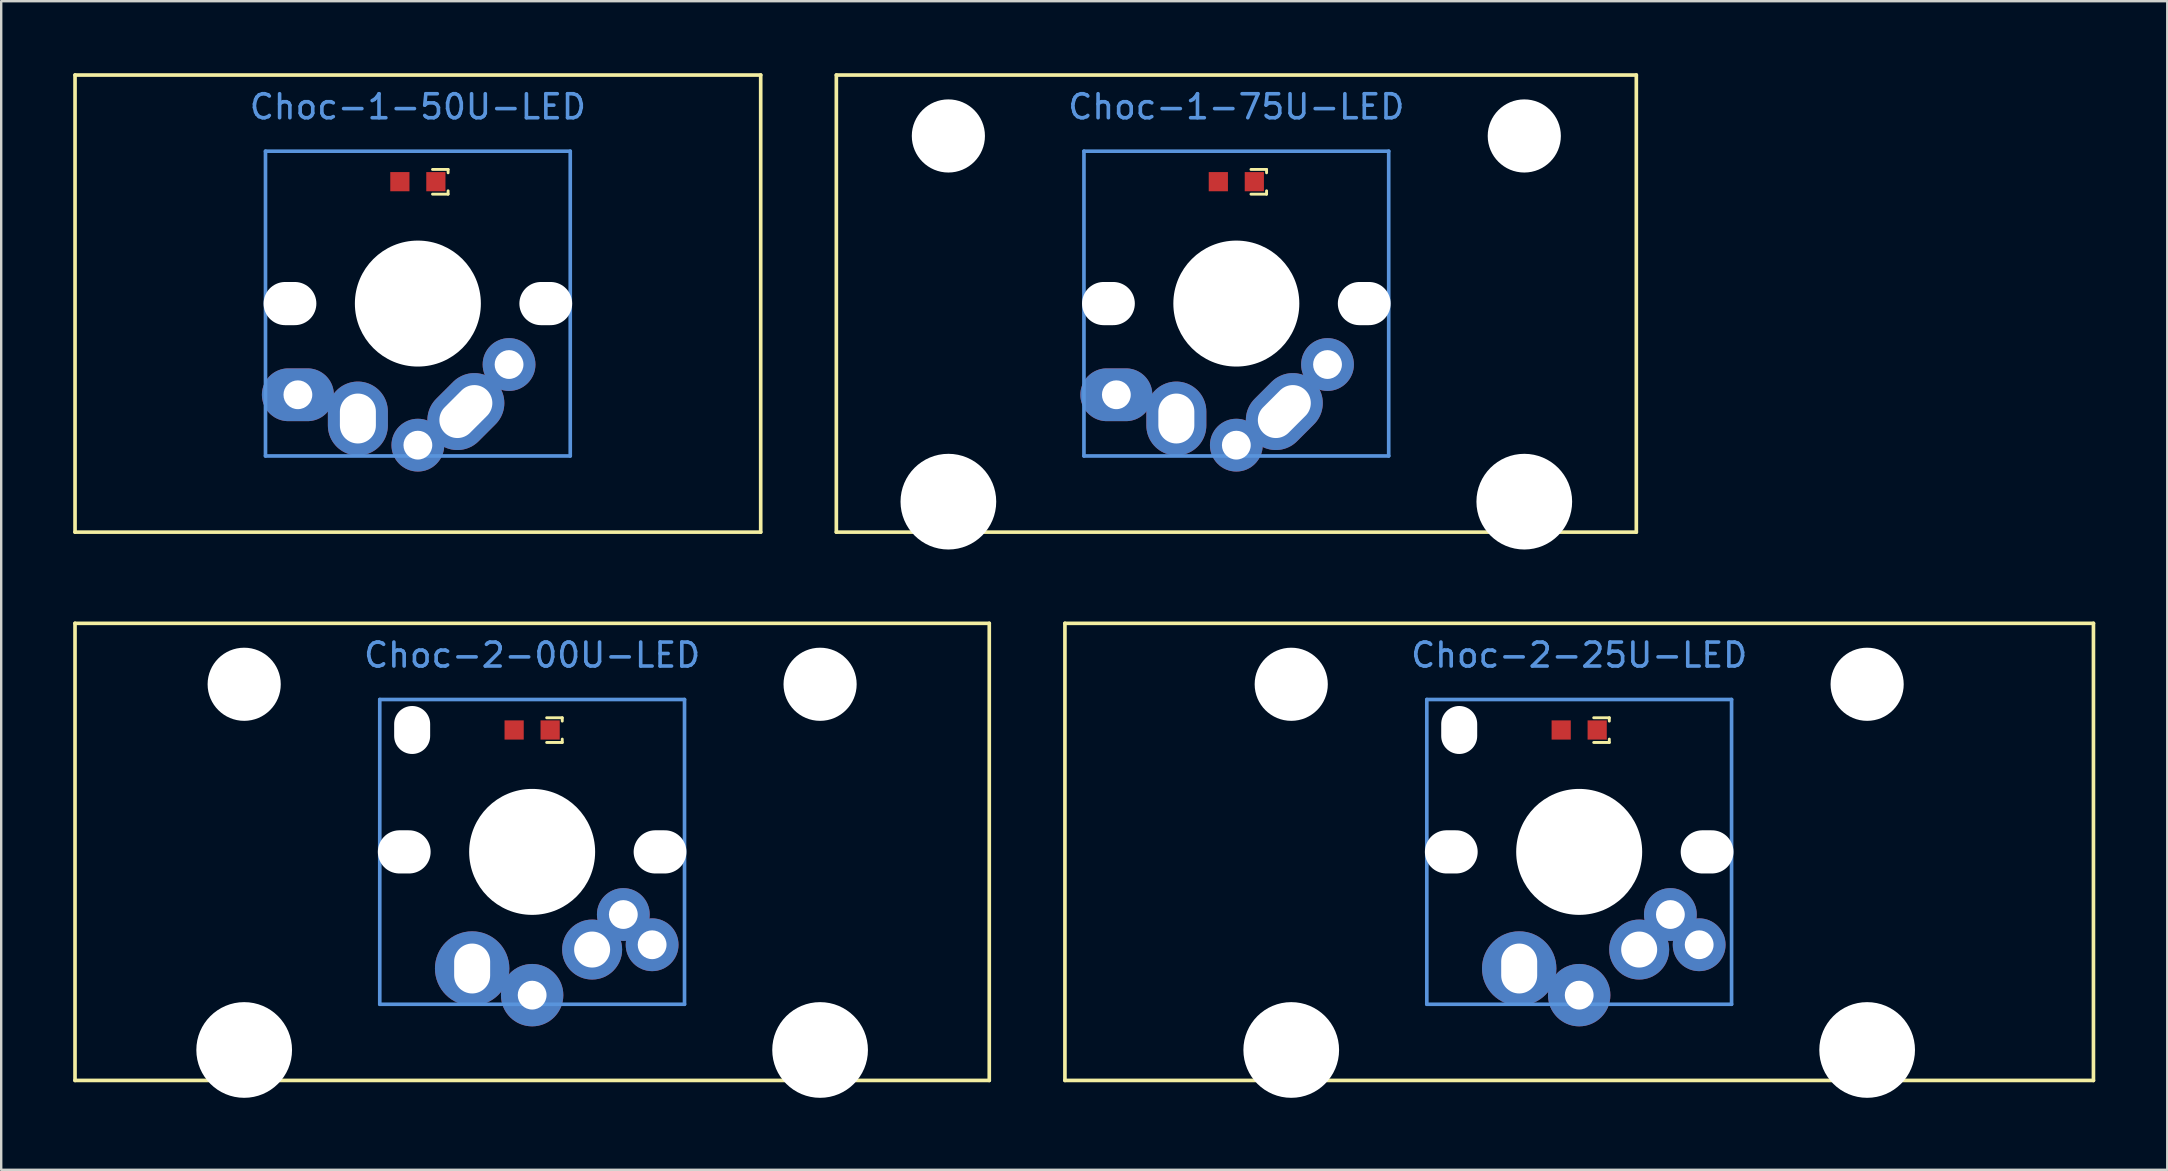
<source format=kicad_pcb>
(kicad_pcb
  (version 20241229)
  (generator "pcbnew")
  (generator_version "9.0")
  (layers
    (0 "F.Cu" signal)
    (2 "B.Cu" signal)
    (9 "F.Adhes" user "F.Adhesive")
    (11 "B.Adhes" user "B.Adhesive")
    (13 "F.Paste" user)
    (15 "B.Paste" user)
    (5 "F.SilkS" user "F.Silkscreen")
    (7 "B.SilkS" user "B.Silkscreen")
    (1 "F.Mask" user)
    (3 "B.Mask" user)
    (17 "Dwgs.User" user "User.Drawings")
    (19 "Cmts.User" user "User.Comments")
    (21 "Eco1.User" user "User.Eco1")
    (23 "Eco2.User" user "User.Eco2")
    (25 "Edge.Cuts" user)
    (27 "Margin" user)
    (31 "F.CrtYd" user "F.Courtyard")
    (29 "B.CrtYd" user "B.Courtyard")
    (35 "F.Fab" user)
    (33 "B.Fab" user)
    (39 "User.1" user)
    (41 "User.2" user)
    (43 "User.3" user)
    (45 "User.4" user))
  (footprint "Choc-1-75U-LED"
    (layer "F.Cu")
    (at 48.472 4.521)
    (property "Reference" "Choc-1-75U-LED" (at 0 -3.12 0) (layer "Cmts.User") (effects (font (size 1 1) (thickness 0.15))))
    (fp_line (start -16.669 -4.445) (end 16.669 -4.445) (stroke (width 0.152) (type solid)) (layer "F.SilkS"))
    (fp_line (start -16.669 14.605) (end -16.669 -4.445) (stroke (width 0.152) (type solid)) (layer "F.SilkS"))
    (fp_line (start 0.61 -0.51) (end 1.26 -0.51) (stroke (width 0.12) (type solid)) (layer "F.SilkS"))
    (fp_line (start 0.61 0.52) (end 1.26 0.52) (stroke (width 0.12) (type solid)) (layer "F.SilkS"))
    (fp_line (start 1.26 -0.51) (end 1.26 -0.37) (stroke (width 0.12) (type solid)) (layer "F.SilkS"))
    (fp_line (start 1.26 0.52) (end 1.26 0.38) (stroke (width 0.12) (type solid)) (layer "F.SilkS"))
    (fp_line (start 16.669 -4.445) (end 16.669 14.605) (stroke (width 0.152) (type solid)) (layer "F.SilkS"))
    (fp_line (start 16.669 14.605) (end -16.669 14.605) (stroke (width 0.152) (type solid)) (layer "F.SilkS"))
    (fp_line (start -6.35 -1.27) (end 6.35 -1.27) (stroke (width 0.152) (type solid)) (layer "Cmts.User"))
    (fp_line (start -6.35 11.43) (end -6.35 -1.27) (stroke (width 0.152) (type solid)) (layer "Cmts.User"))
    (fp_line (start 6.35 -1.27) (end 6.35 11.43) (stroke (width 0.152) (type solid)) (layer "Cmts.User"))
    (fp_line (start 6.35 11.43) (end -6.35 11.43) (stroke (width 0.152) (type solid)) (layer "Cmts.User"))
    (pad "" np_thru_hole circle (at -12 -1.905 180) (size 3.048 3.048) (drill 3.048) (layers "*.Cu" "*.Mask"))
    (pad "" np_thru_hole circle (at -12 13.335 180) (size 3.988 3.988) (drill 3.988) (layers "*.Cu" "*.Mask"))
    (pad "" np_thru_hole oval (at -5.33 5.08 270) (size 1.8 2.2) (drill oval 1.8 2.2) (layers "*.Cu" "*.Mask"))
    (pad "" np_thru_hole circle (at 0 5.08 180) (size 5.25 5.25) (drill 5.25) (layers "*.Cu" "*.Mask"))
    (pad "" np_thru_hole oval (at 5.33 5.08 270) (size 1.8 2.2) (drill oval 1.8 2.2) (layers "*.Cu" "*.Mask"))
    (pad "" np_thru_hole circle (at 12 -1.905 180) (size 3.048 3.048) (drill 3.048) (layers "*.Cu" "*.Mask"))
    (pad "" np_thru_hole circle (at 12 13.335 180) (size 3.988 3.988) (drill 3.988) (layers "*.Cu" "*.Mask"))
    (pad "1" thru_hole oval (at -5 8.88) (size 3 2.2) (drill 1.2) (layers "*.Cu" "*.Mask"))
    (pad "1" thru_hole oval (at -2.5 9.87) (size 2.5 3.08) (drill oval 1.5 2.08) (layers "*.Cu" "*.Mask"))
    (pad "2" thru_hole circle (at 0 10.98 90) (size 2.2 2.2) (drill 1.2) (layers "*.Cu" "*.Mask"))
    (pad "2" thru_hole oval (at 2 9.58 45) (size 3.5 2.5) (drill oval 2.5 1.5) (layers "*.Cu" "*.Mask"))
    (pad "2" thru_hole circle (at 3.8 7.62 225) (size 2.2 2.2) (drill 1.2) (layers "*.Cu" "*.Mask"))
    (pad "3" smd rect (at 0.75 0 90) (size 0.8 0.8) (layers "F.Cu" "F.Mask" "F.Paste"))
    (pad "4" smd rect (at -0.75 0 90) (size 0.8 0.8) (layers "F.Cu" "F.Mask" "F.Paste")))
  (footprint "Choc-1-50U-LED"
    (layer "F.Cu")
    (at 14.364 4.521)
    (property "Reference" "Choc-1-50U-LED" (at 0 -3.12 0) (layer "Cmts.User") (effects (font (size 1 1) (thickness 0.15))))
    (fp_line (start -14.287 -4.445) (end 14.287 -4.445) (stroke (width 0.152) (type solid)) (layer "F.SilkS"))
    (fp_line (start -14.287 14.605) (end -14.287 -4.445) (stroke (width 0.152) (type solid)) (layer "F.SilkS"))
    (fp_line (start 0.61 -0.51) (end 1.26 -0.51) (stroke (width 0.12) (type solid)) (layer "F.SilkS"))
    (fp_line (start 0.61 0.52) (end 1.26 0.52) (stroke (width 0.12) (type solid)) (layer "F.SilkS"))
    (fp_line (start 1.26 -0.51) (end 1.26 -0.37) (stroke (width 0.12) (type solid)) (layer "F.SilkS"))
    (fp_line (start 1.26 0.52) (end 1.26 0.38) (stroke (width 0.12) (type solid)) (layer "F.SilkS"))
    (fp_line (start 14.287 -4.445) (end 14.287 14.605) (stroke (width 0.152) (type solid)) (layer "F.SilkS"))
    (fp_line (start 14.287 14.605) (end -14.287 14.605) (stroke (width 0.152) (type solid)) (layer "F.SilkS"))
    (fp_line (start -6.35 -1.27) (end 6.35 -1.27) (stroke (width 0.152) (type solid)) (layer "Cmts.User"))
    (fp_line (start -6.35 11.43) (end -6.35 -1.27) (stroke (width 0.152) (type solid)) (layer "Cmts.User"))
    (fp_line (start 6.35 -1.27) (end 6.35 11.43) (stroke (width 0.152) (type solid)) (layer "Cmts.User"))
    (fp_line (start 6.35 11.43) (end -6.35 11.43) (stroke (width 0.152) (type solid)) (layer "Cmts.User"))
    (pad "" np_thru_hole oval (at -5.33 5.08 270) (size 1.8 2.2) (drill oval 1.8 2.2) (layers "*.Cu" "*.Mask"))
    (pad "" np_thru_hole circle (at 0 5.08 180) (size 5.25 5.25) (drill 5.25) (layers "*.Cu" "*.Mask"))
    (pad "" np_thru_hole oval (at 5.33 5.08 270) (size 1.8 2.2) (drill oval 1.8 2.2) (layers "*.Cu" "*.Mask"))
    (pad "1" thru_hole oval (at -5 8.88) (size 3 2.2) (drill 1.2) (layers "*.Cu" "*.Mask"))
    (pad "1" thru_hole oval (at -2.5 9.87) (size 2.5 3.08) (drill oval 1.5 2.08) (layers "*.Cu" "*.Mask"))
    (pad "2" thru_hole circle (at 0 10.98 90) (size 2.2 2.2) (drill 1.2) (layers "*.Cu" "*.Mask"))
    (pad "2" thru_hole oval (at 2 9.58 45) (size 3.5 2.5) (drill oval 2.5 1.5) (layers "*.Cu" "*.Mask"))
    (pad "2" thru_hole circle (at 3.8 7.62 225) (size 2.2 2.2) (drill 1.2) (layers "*.Cu" "*.Mask"))
    (pad "3" smd rect (at 0.75 0 90) (size 0.8 0.8) (layers "F.Cu" "F.Mask" "F.Paste"))
    (pad "4" smd rect (at -0.75 0 90) (size 0.8 0.8) (layers "F.Cu" "F.Mask" "F.Paste")))
  (footprint "Choc-2-25U-LED"
    (layer "F.Cu")
    (at 62.76 27.371)
    (property "Reference" "Choc-2-25U-LED" (at 0 -3.12 0) (layer "Cmts.User") (effects (font (size 1 1) (thickness 0.15))))
    (fp_line (start -21.431 -4.445) (end 21.431 -4.445) (stroke (width 0.152) (type solid)) (layer "F.SilkS"))
    (fp_line (start -21.431 14.605) (end -21.431 -4.445) (stroke (width 0.152) (type solid)) (layer "F.SilkS"))
    (fp_line (start 0.605 -0.51) (end 1.255 -0.51) (stroke (width 0.12) (type solid)) (layer "F.SilkS"))
    (fp_line (start 0.605 0.52) (end 1.255 0.52) (stroke (width 0.12) (type solid)) (layer "F.SilkS"))
    (fp_line (start 1.255 -0.51) (end 1.255 -0.37) (stroke (width 0.12) (type solid)) (layer "F.SilkS"))
    (fp_line (start 1.255 0.52) (end 1.255 0.38) (stroke (width 0.12) (type solid)) (layer "F.SilkS"))
    (fp_line (start 21.431 -4.445) (end 21.431 14.605) (stroke (width 0.152) (type solid)) (layer "F.SilkS"))
    (fp_line (start 21.431 14.605) (end -21.431 14.605) (stroke (width 0.152) (type solid)) (layer "F.SilkS"))
    (fp_line (start -6.35 -1.27) (end 6.35 -1.27) (stroke (width 0.152) (type solid)) (layer "Cmts.User"))
    (fp_line (start -6.35 11.43) (end -6.35 -1.27) (stroke (width 0.152) (type solid)) (layer "Cmts.User"))
    (fp_line (start 6.35 -1.27) (end 6.35 11.43) (stroke (width 0.152) (type solid)) (layer "Cmts.User"))
    (fp_line (start 6.35 11.43) (end -6.35 11.43) (stroke (width 0.152) (type solid)) (layer "Cmts.User"))
    (pad "" np_thru_hole circle (at -12 -1.905 180) (size 3.048 3.048) (drill 3.048) (layers "*.Cu" "*.Mask"))
    (pad "" np_thru_hole circle (at -12 13.335 180) (size 3.988 3.988) (drill 3.988) (layers "*.Cu" "*.Mask"))
    (pad "" np_thru_hole oval (at -5.33 5.08 270) (size 1.8 2.2) (drill oval 1.8 2.2) (layers "*.Cu" "*.Mask"))
    (pad "" np_thru_hole oval (at -5 0 270) (size 2 1.5) (drill oval 2 1.5) (layers "*.Cu" "*.Mask"))
    (pad "" np_thru_hole circle (at 0 5.08 180) (size 5.25 5.25) (drill 5.25) (layers "*.Cu" "*.Mask"))
    (pad "" np_thru_hole oval (at 5.33 5.08 270) (size 1.8 2.2) (drill oval 1.8 2.2) (layers "*.Cu" "*.Mask"))
    (pad "" np_thru_hole circle (at 12 -1.905 180) (size 3.048 3.048) (drill 3.048) (layers "*.Cu" "*.Mask"))
    (pad "" np_thru_hole circle (at 12 13.335 180) (size 3.988 3.988) (drill 3.988) (layers "*.Cu" "*.Mask"))
    (pad "1" thru_hole circle (at -2.5 9.94) (size 3.1 3.1) (drill oval 1.5 2.08) (layers "*.Cu" "*.Mask"))
    (pad "1" thru_hole circle (at 0 11.05 90) (size 2.6 2.6) (drill 1.2) (layers "*.Cu" "*.Mask"))
    (pad "2" thru_hole circle (at 2.5 9.15 90) (size 2.5 2.5) (drill 1.5) (layers "*.Cu" "*.Mask"))
    (pad "2" thru_hole circle (at 3.8 7.69 225) (size 2.2 2.2) (drill 1.2) (layers "*.Cu" "*.Mask"))
    (pad "2" thru_hole circle (at 5 8.95 270) (size 2.2 2.2) (drill 1.2) (layers "*.Cu" "*.Mask"))
    (pad "3" smd rect (at 0.75 0 90) (size 0.8 0.8) (layers "F.Cu" "F.Mask" "F.Paste"))
    (pad "4" smd rect (at -0.75 0 90) (size 0.8 0.8) (layers "F.Cu" "F.Mask" "F.Paste")))
  (footprint "Choc-2-00U-LED"
    (layer "F.Cu")
    (at 19.126 27.371)
    (property "Reference" "Choc-2-00U-LED" (at 0 -3.12 0) (layer "Cmts.User") (effects (font (size 1 1) (thickness 0.15))))
    (fp_line (start -19.05 -4.445) (end 19.05 -4.445) (stroke (width 0.152) (type solid)) (layer "F.SilkS"))
    (fp_line (start -19.05 14.605) (end -19.05 -4.445) (stroke (width 0.152) (type solid)) (layer "F.SilkS"))
    (fp_line (start 0.605 -0.51) (end 1.255 -0.51) (stroke (width 0.12) (type solid)) (layer "F.SilkS"))
    (fp_line (start 0.605 0.52) (end 1.255 0.52) (stroke (width 0.12) (type solid)) (layer "F.SilkS"))
    (fp_line (start 1.255 -0.51) (end 1.255 -0.37) (stroke (width 0.12) (type solid)) (layer "F.SilkS"))
    (fp_line (start 1.255 0.52) (end 1.255 0.38) (stroke (width 0.12) (type solid)) (layer "F.SilkS"))
    (fp_line (start 19.05 -4.445) (end 19.05 14.605) (stroke (width 0.152) (type solid)) (layer "F.SilkS"))
    (fp_line (start 19.05 14.605) (end -19.05 14.605) (stroke (width 0.152) (type solid)) (layer "F.SilkS"))
    (fp_line (start -6.35 -1.27) (end 6.35 -1.27) (stroke (width 0.152) (type solid)) (layer "Cmts.User"))
    (fp_line (start -6.35 11.43) (end -6.35 -1.27) (stroke (width 0.152) (type solid)) (layer "Cmts.User"))
    (fp_line (start 6.35 -1.27) (end 6.35 11.43) (stroke (width 0.152) (type solid)) (layer "Cmts.User"))
    (fp_line (start 6.35 11.43) (end -6.35 11.43) (stroke (width 0.152) (type solid)) (layer "Cmts.User"))
    (pad "" np_thru_hole circle (at -12 -1.905 180) (size 3.048 3.048) (drill 3.048) (layers "*.Cu" "*.Mask"))
    (pad "" np_thru_hole circle (at -12 13.335 180) (size 3.988 3.988) (drill 3.988) (layers "*.Cu" "*.Mask"))
    (pad "" np_thru_hole oval (at -5.33 5.08 270) (size 1.8 2.2) (drill oval 1.8 2.2) (layers "*.Cu" "*.Mask"))
    (pad "" np_thru_hole oval (at -5 0 270) (size 2 1.5) (drill oval 2 1.5) (layers "*.Cu" "*.Mask"))
    (pad "" np_thru_hole circle (at 0 5.08 180) (size 5.25 5.25) (drill 5.25) (layers "*.Cu" "*.Mask"))
    (pad "" np_thru_hole oval (at 5.33 5.08 270) (size 1.8 2.2) (drill oval 1.8 2.2) (layers "*.Cu" "*.Mask"))
    (pad "" np_thru_hole circle (at 12 -1.905 180) (size 3.048 3.048) (drill 3.048) (layers "*.Cu" "*.Mask"))
    (pad "" np_thru_hole circle (at 12 13.335 180) (size 3.988 3.988) (drill 3.988) (layers "*.Cu" "*.Mask"))
    (pad "1" thru_hole circle (at -2.5 9.94) (size 3.1 3.1) (drill oval 1.5 2.08) (layers "*.Cu" "*.Mask"))
    (pad "1" thru_hole circle (at 0 11.05 90) (size 2.6 2.6) (drill 1.2) (layers "*.Cu" "*.Mask"))
    (pad "2" thru_hole circle (at 2.5 9.15 90) (size 2.5 2.5) (drill 1.5) (layers "*.Cu" "*.Mask"))
    (pad "2" thru_hole circle (at 3.8 7.69 225) (size 2.2 2.2) (drill 1.2) (layers "*.Cu" "*.Mask"))
    (pad "2" thru_hole circle (at 5 8.95 270) (size 2.2 2.2) (drill 1.2) (layers "*.Cu" "*.Mask"))
    (pad "3" smd rect (at 0.75 0 90) (size 0.8 0.8) (layers "F.Cu" "F.Mask" "F.Paste"))
    (pad "4" smd rect (at -0.75 0 90) (size 0.8 0.8) (layers "F.Cu" "F.Mask" "F.Paste")))
  (gr_rect
    (start -3 -3)
    (end 87.267 45.7)
    (stroke (width 0.1) (type default))
    (fill no)
    (layer "Edge.Cuts")))
</source>
